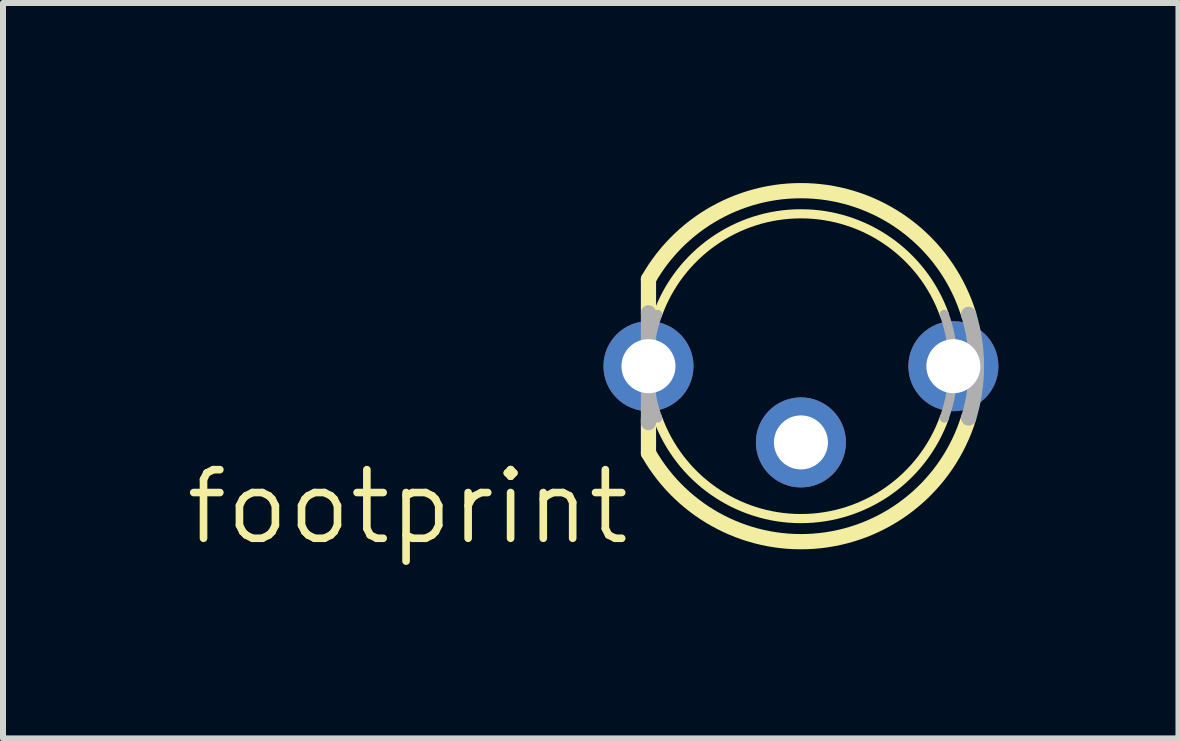
<source format=kicad_pcb>
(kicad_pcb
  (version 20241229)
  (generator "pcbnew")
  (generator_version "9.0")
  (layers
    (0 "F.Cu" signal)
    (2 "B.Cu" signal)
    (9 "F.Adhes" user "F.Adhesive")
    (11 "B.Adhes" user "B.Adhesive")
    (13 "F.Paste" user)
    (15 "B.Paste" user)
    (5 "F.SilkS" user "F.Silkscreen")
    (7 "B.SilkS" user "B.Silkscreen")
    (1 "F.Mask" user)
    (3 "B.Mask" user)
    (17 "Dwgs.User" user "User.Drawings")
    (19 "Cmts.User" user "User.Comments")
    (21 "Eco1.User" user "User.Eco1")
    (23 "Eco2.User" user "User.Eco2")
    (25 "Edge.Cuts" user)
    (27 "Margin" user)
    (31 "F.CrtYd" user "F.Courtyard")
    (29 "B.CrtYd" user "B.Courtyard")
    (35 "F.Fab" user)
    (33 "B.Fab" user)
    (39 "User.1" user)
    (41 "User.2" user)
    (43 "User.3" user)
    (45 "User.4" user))
  (footprint "footprint"
    (layer "F.Cu")
    (at 10.294 3.051)
    (property "Reference" "footprint" (at -2.794 1.676 0) (layer "F.SilkS") (effects (font (size 1.143 1.143) (thickness 0.127)) (justify right top)))
    (fp_line (start -2.54 -0.889) (end -2.54 -1.448) (stroke (width 0.254) (type solid)) (layer "F.SilkS"))
    (fp_line (start -2.54 1.448) (end -2.54 0.889) (stroke (width 0.254) (type solid)) (layer "F.SilkS"))
    (fp_arc (start -2.540698 -1.448201) (mid 0.318535 -2.906916) (end 2.794 -0.8636) (stroke (width 0.254) (type solid)) (layer "F.SilkS"))
    (fp_arc (start -2.3876 -0.8636) (mid 0 -2.538984) (end 2.3876 -0.8636) (stroke (width 0.1524) (type solid)) (layer "F.SilkS"))
    (fp_arc (start 2.3876 0.8636) (mid 0 2.538984) (end -2.3876 0.8636) (stroke (width 0.1524) (type solid)) (layer "F.SilkS"))
    (fp_arc (start 2.7933 0.8634) (mid 0.3185 2.906455) (end -2.540001 1.447798) (stroke (width 0.254) (type solid)) (layer "F.SilkS"))
    (fp_line (start -2.54 0.94) (end -2.54 -0.889) (stroke (width 0.254) (type solid)) (layer "F.Fab"))
    (fp_arc (start -2.3876 0.8636) (mid -2.538984 0) (end -2.3876 -0.8636) (stroke (width 0.1524) (type solid)) (layer "F.Fab"))
    (fp_arc (start 2.3876 -0.8636) (mid 2.538984 0) (end 2.3876 0.8636) (stroke (width 0.1524) (type solid)) (layer "F.Fab"))
    (fp_arc (start 2.794 -0.8636) (mid 2.924421 0) (end 2.794 0.8636) (stroke (width 0.254) (type solid)) (layer "F.Fab"))
    (pad "AG" thru_hole circle (at 2.54 0 270) (size 1.5 1.5) (drill 0.9) (layers "*.Cu" "*.Mask"))
    (pad "AO" thru_hole circle (at -2.54 0 270) (size 1.5 1.5) (drill 0.9) (layers "*.Cu" "*.Mask"))
    (pad "CC" thru_hole circle (at 0 1.27 270) (size 1.5 1.5) (drill 0.9) (layers "*.Cu" "*.Mask")))
  (gr_rect
    (start -3 -3)
    (end 16.584 9.252)
    (stroke (width 0.1) (type default))
    (fill no)
    (layer "Edge.Cuts")))
</source>
